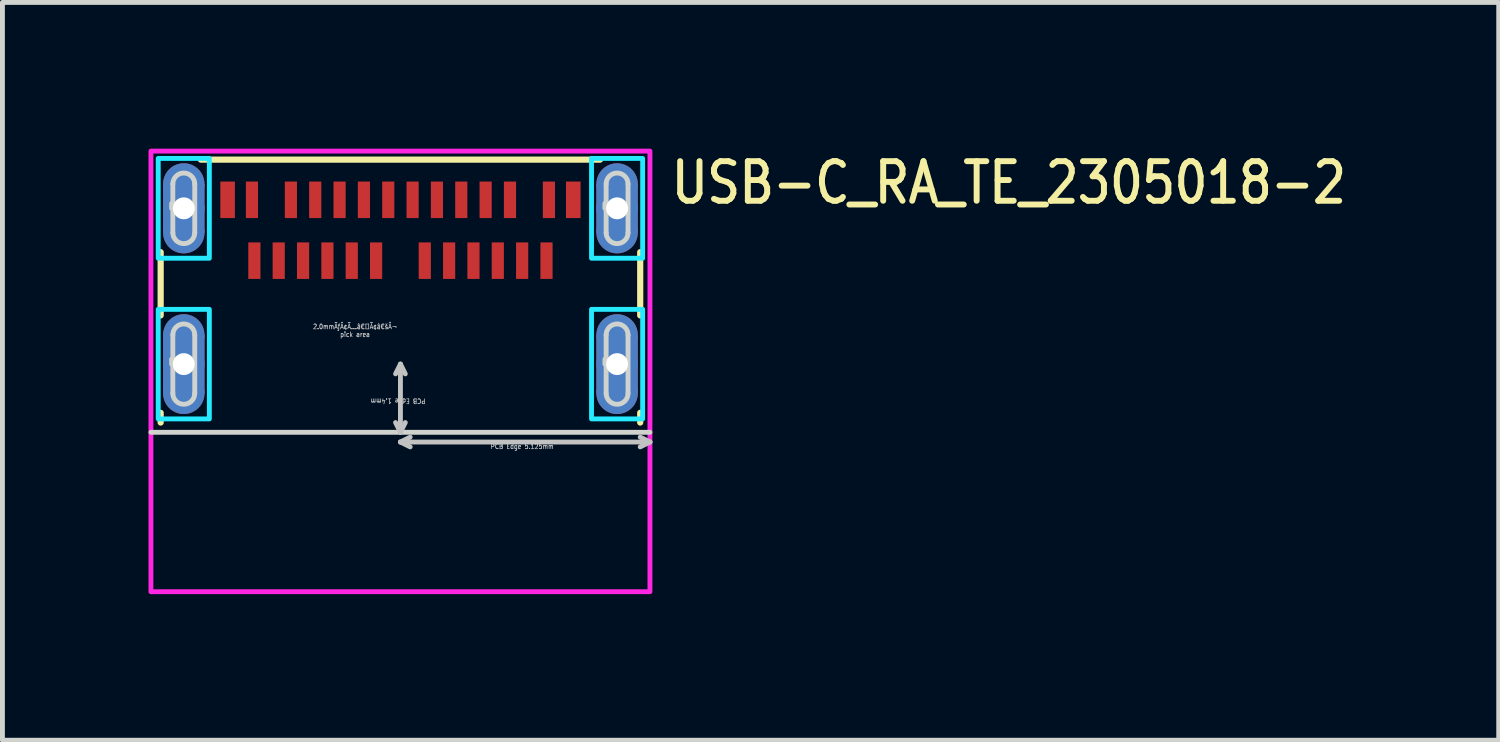
<source format=kicad_pcb>
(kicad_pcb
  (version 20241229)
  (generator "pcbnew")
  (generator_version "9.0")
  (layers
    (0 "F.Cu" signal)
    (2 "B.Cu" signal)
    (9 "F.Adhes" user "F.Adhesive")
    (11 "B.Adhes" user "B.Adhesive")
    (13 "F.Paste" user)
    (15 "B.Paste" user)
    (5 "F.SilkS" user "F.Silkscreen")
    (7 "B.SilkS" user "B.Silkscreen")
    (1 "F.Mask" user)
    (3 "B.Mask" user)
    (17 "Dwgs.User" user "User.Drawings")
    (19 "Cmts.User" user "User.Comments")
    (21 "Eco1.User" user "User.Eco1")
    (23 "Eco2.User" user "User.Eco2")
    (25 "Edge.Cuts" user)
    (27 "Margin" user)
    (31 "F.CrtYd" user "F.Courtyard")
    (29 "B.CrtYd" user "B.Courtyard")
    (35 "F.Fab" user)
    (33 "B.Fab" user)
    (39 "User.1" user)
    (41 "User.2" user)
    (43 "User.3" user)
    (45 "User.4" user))
  (footprint "USB-C_RA_TE_2305018-2"
    (layer "F.Cu")
    (at 5.175 4.429)
    (property "Reference" "USB-C_RA_TE_2305018-2" (at 5.5 -3.25 0) (unlocked yes) (layer "F.SilkS") (effects (font (size 0.813 0.695) (thickness 0.122)) (justify left bottom)))
    (fp_circle (center -4.45 -3.7) (end -4.875 -3.7) (stroke (width 0) (type solid)) (fill yes) (layer "F.Cu"))
    (fp_circle (center -4.45 -2.7) (end -4.025 -2.7) (stroke (width 0) (type solid)) (fill yes) (layer "F.Cu"))
    (fp_circle (center -4.45 -0.6) (end -4.875 -0.6) (stroke (width 0) (type solid)) (fill yes) (layer "F.Cu"))
    (fp_circle (center -4.45 0.6) (end -4.025 0.6) (stroke (width 0) (type solid)) (fill yes) (layer "F.Cu"))
    (fp_circle (center 4.45 -3.7) (end 4.025 -3.7) (stroke (width 0) (type solid)) (fill yes) (layer "F.Cu"))
    (fp_circle (center 4.45 -2.7) (end 4.875 -2.7) (stroke (width 0) (type solid)) (fill yes) (layer "F.Cu"))
    (fp_circle (center 4.45 -0.6) (end 4.025 -0.6) (stroke (width 0) (type solid)) (fill yes) (layer "F.Cu"))
    (fp_circle (center 4.45 0.6) (end 4.875 0.6) (stroke (width 0) (type solid)) (fill yes) (layer "F.Cu"))
    (fp_poly (pts (xy -4.875 -3.7) (xy -4.025 -3.7) (xy -4.025 -2.7) (xy -4.875 -2.7)) (stroke (width 0) (type solid)) (fill yes) (layer "F.Cu"))
    (fp_poly (pts (xy -4.875 -0.6) (xy -4.025 -0.6) (xy -4.025 0.6) (xy -4.875 0.6)) (stroke (width 0) (type solid)) (fill yes) (layer "F.Cu"))
    (fp_poly (pts (xy 4.025 -3.7) (xy 4.875 -3.7) (xy 4.875 -2.7) (xy 4.025 -2.7)) (stroke (width 0) (type solid)) (fill yes) (layer "F.Cu"))
    (fp_poly (pts (xy 4.025 -0.6) (xy 4.875 -0.6) (xy 4.875 0.6) (xy 4.025 0.6)) (stroke (width 0) (type solid)) (fill yes) (layer "F.Cu"))
    (fp_circle (center -4.45 -3.7) (end -4.975 -3.7) (stroke (width 0) (type solid)) (fill yes) (layer "F.Mask"))
    (fp_circle (center -4.45 -2.7) (end -3.925 -2.7) (stroke (width 0) (type solid)) (fill yes) (layer "F.Mask"))
    (fp_circle (center -4.45 -0.6) (end -4.975 -0.6) (stroke (width 0) (type solid)) (fill yes) (layer "F.Mask"))
    (fp_circle (center -4.45 0.6) (end -3.925 0.6) (stroke (width 0) (type solid)) (fill yes) (layer "F.Mask"))
    (fp_circle (center 4.45 -3.7) (end 3.925 -3.7) (stroke (width 0) (type solid)) (fill yes) (layer "F.Mask"))
    (fp_circle (center 4.45 -2.7) (end 4.975 -2.7) (stroke (width 0) (type solid)) (fill yes) (layer "F.Mask"))
    (fp_circle (center 4.45 -0.6) (end 3.925 -0.6) (stroke (width 0) (type solid)) (fill yes) (layer "F.Mask"))
    (fp_circle (center 4.45 0.6) (end 4.975 0.6) (stroke (width 0) (type solid)) (fill yes) (layer "F.Mask"))
    (fp_poly (pts (xy -4.975 -3.7) (xy -3.925 -3.7) (xy -3.925 -2.7) (xy -4.975 -2.7)) (stroke (width 0) (type solid)) (fill yes) (layer "F.Mask"))
    (fp_poly (pts (xy -4.975 -0.6) (xy -3.925 -0.6) (xy -3.925 0.6) (xy -4.975 0.6)) (stroke (width 0) (type solid)) (fill yes) (layer "F.Mask"))
    (fp_poly (pts (xy 3.925 -3.7) (xy 4.975 -3.7) (xy 4.975 -2.7) (xy 3.925 -2.7)) (stroke (width 0) (type solid)) (fill yes) (layer "F.Mask"))
    (fp_poly (pts (xy 3.925 -0.6) (xy 4.975 -0.6) (xy 4.975 0.6) (xy 3.925 0.6)) (stroke (width 0) (type solid)) (fill yes) (layer "F.Mask"))
    (fp_circle (center -4.45 -3.7) (end -4.875 -3.7) (stroke (width 0) (type solid)) (fill yes) (layer "B.Cu"))
    (fp_circle (center -4.45 -2.7) (end -4.025 -2.7) (stroke (width 0) (type solid)) (fill yes) (layer "B.Cu"))
    (fp_circle (center -4.45 -0.6) (end -4.875 -0.6) (stroke (width 0) (type solid)) (fill yes) (layer "B.Cu"))
    (fp_circle (center -4.45 0.6) (end -4.025 0.6) (stroke (width 0) (type solid)) (fill yes) (layer "B.Cu"))
    (fp_circle (center 4.45 -3.7) (end 4.025 -3.7) (stroke (width 0) (type solid)) (fill yes) (layer "B.Cu"))
    (fp_circle (center 4.45 -2.7) (end 4.875 -2.7) (stroke (width 0) (type solid)) (fill yes) (layer "B.Cu"))
    (fp_circle (center 4.45 -0.6) (end 4.025 -0.6) (stroke (width 0) (type solid)) (fill yes) (layer "B.Cu"))
    (fp_circle (center 4.45 0.6) (end 4.875 0.6) (stroke (width 0) (type solid)) (fill yes) (layer "B.Cu"))
    (fp_poly (pts (xy -4.875 -3.7) (xy -4.025 -3.7) (xy -4.025 -2.7) (xy -4.875 -2.7)) (stroke (width 0) (type solid)) (fill yes) (layer "B.Cu"))
    (fp_poly (pts (xy -4.875 -0.6) (xy -4.025 -0.6) (xy -4.025 0.6) (xy -4.875 0.6)) (stroke (width 0) (type solid)) (fill yes) (layer "B.Cu"))
    (fp_poly (pts (xy 4.025 -3.7) (xy 4.875 -3.7) (xy 4.875 -2.7) (xy 4.025 -2.7)) (stroke (width 0) (type solid)) (fill yes) (layer "B.Cu"))
    (fp_poly (pts (xy 4.025 -0.6) (xy 4.875 -0.6) (xy 4.875 0.6) (xy 4.025 0.6)) (stroke (width 0) (type solid)) (fill yes) (layer "B.Cu"))
    (fp_circle (center -4.45 -3.7) (end -4.975 -3.7) (stroke (width 0) (type solid)) (fill yes) (layer "B.Mask"))
    (fp_circle (center -4.45 -2.7) (end -3.925 -2.7) (stroke (width 0) (type solid)) (fill yes) (layer "B.Mask"))
    (fp_circle (center -4.45 -0.6) (end -4.975 -0.6) (stroke (width 0) (type solid)) (fill yes) (layer "B.Mask"))
    (fp_circle (center -4.45 0.6) (end -3.925 0.6) (stroke (width 0) (type solid)) (fill yes) (layer "B.Mask"))
    (fp_circle (center 4.45 -3.7) (end 3.925 -3.7) (stroke (width 0) (type solid)) (fill yes) (layer "B.Mask"))
    (fp_circle (center 4.45 -2.7) (end 4.975 -2.7) (stroke (width 0) (type solid)) (fill yes) (layer "B.Mask"))
    (fp_circle (center 4.45 -0.6) (end 3.925 -0.6) (stroke (width 0) (type solid)) (fill yes) (layer "B.Mask"))
    (fp_circle (center 4.45 0.6) (end 4.975 0.6) (stroke (width 0) (type solid)) (fill yes) (layer "B.Mask"))
    (fp_poly (pts (xy -4.975 -3.7) (xy -3.925 -3.7) (xy -3.925 -2.7) (xy -4.975 -2.7)) (stroke (width 0) (type solid)) (fill yes) (layer "B.Mask"))
    (fp_poly (pts (xy -4.975 -0.6) (xy -3.925 -0.6) (xy -3.925 0.6) (xy -4.975 0.6)) (stroke (width 0) (type solid)) (fill yes) (layer "B.Mask"))
    (fp_poly (pts (xy 3.925 -3.7) (xy 4.975 -3.7) (xy 4.975 -2.7) (xy 3.925 -2.7)) (stroke (width 0) (type solid)) (fill yes) (layer "B.Mask"))
    (fp_poly (pts (xy 3.925 -0.6) (xy 4.975 -0.6) (xy 4.975 0.6) (xy 3.925 0.6)) (stroke (width 0) (type solid)) (fill yes) (layer "B.Mask"))
    (fp_line (start -4.925 -1) (end -4.925 -2.3) (stroke (width 0.127) (type solid)) (layer "F.SilkS"))
    (fp_line (start -4.925 1.2) (end -4.925 1) (stroke (width 0.127) (type solid)) (layer "F.SilkS"))
    (fp_line (start -4.1 -4.2) (end 4.1 -4.2) (stroke (width 0.127) (type solid)) (layer "F.SilkS"))
    (fp_line (start 4.925 -2.3) (end 4.925 -1) (stroke (width 0.127) (type solid)) (layer "F.SilkS"))
    (fp_line (start 4.925 1) (end 4.925 1.2) (stroke (width 0.127) (type solid)) (layer "F.SilkS"))
    (fp_line (start 0 0) (end -0.1 0.2) (stroke (width 0.1) (type solid)) (layer "Dwgs.User"))
    (fp_line (start 0 0) (end 0 1.4) (stroke (width 0.1) (type solid)) (layer "Dwgs.User"))
    (fp_line (start 0 0) (end 0.1 0.2) (stroke (width 0.1) (type solid)) (layer "Dwgs.User"))
    (fp_line (start 0 1.4) (end -0.1 1.2) (stroke (width 0.1) (type solid)) (layer "Dwgs.User"))
    (fp_line (start 0 1.4) (end 0.1 1.2) (stroke (width 0.1) (type solid)) (layer "Dwgs.User"))
    (fp_line (start 0 1.6) (end 0.2 1.5) (stroke (width 0.1) (type solid)) (layer "Dwgs.User"))
    (fp_line (start 0 1.6) (end 0.2 1.7) (stroke (width 0.1) (type solid)) (layer "Dwgs.User"))
    (fp_line (start 0 1.6) (end 5.125 1.6) (stroke (width 0.1) (type solid)) (layer "Dwgs.User"))
    (fp_line (start 5.125 1.6) (end 4.925 1.5) (stroke (width 0.1) (type solid)) (layer "Dwgs.User"))
    (fp_line (start 5.125 1.6) (end 4.925 1.7) (stroke (width 0.1) (type solid)) (layer "Dwgs.User"))
    (fp_circle (center 0 0.25) (end 1 0.25) (stroke (width 0.0001) (type solid)) (fill no) (layer "Dwgs.User"))
    (fp_line (start -5.125 1.4) (end 5.125 1.4) (stroke (width 0.1) (type solid)) (layer "Edge.Cuts"))
    (fp_line (start -4.7 -3.2) (end -4.7 -3.3) (stroke (width 0.1) (type solid)) (layer "Edge.Cuts"))
    (fp_line (start -4.7 0) (end -4.7 -0.1) (stroke (width 0.1) (type solid)) (layer "Edge.Cuts"))
    (fp_line (start -4.675 -3.7) (end -4.675 -2.7) (stroke (width 0.1) (type solid)) (layer "Edge.Cuts"))
    (fp_line (start -4.675 -0.6) (end -4.675 0.6) (stroke (width 0.1) (type solid)) (layer "Edge.Cuts"))
    (fp_line (start -4.225 -3.7) (end -4.225 -2.7) (stroke (width 0.1) (type solid)) (layer "Edge.Cuts"))
    (fp_line (start -4.225 -0.6) (end -4.225 0.6) (stroke (width 0.1) (type solid)) (layer "Edge.Cuts"))
    (fp_line (start 4.2 -3.2) (end 4.2 -3.3) (stroke (width 0.1) (type solid)) (layer "Edge.Cuts"))
    (fp_line (start 4.2 0) (end 4.2 -0.1) (stroke (width 0.1) (type solid)) (layer "Edge.Cuts"))
    (fp_line (start 4.225 -3.7) (end 4.225 -2.7) (stroke (width 0.1) (type solid)) (layer "Edge.Cuts"))
    (fp_line (start 4.225 -0.6) (end 4.225 0.6) (stroke (width 0.1) (type solid)) (layer "Edge.Cuts"))
    (fp_line (start 4.675 -3.7) (end 4.675 -2.7) (stroke (width 0.1) (type solid)) (layer "Edge.Cuts"))
    (fp_line (start 4.675 -0.6) (end 4.675 0.6) (stroke (width 0.1) (type solid)) (layer "Edge.Cuts"))
    (fp_arc (start -4.675 -3.7) (mid -4.45 -3.925) (end -4.225 -3.7) (stroke (width 0.1) (type solid)) (layer "Edge.Cuts"))
    (fp_arc (start -4.675 -0.6) (mid -4.45 -0.825) (end -4.225 -0.6) (stroke (width 0.1) (type solid)) (layer "Edge.Cuts"))
    (fp_arc (start -4.225 -2.7) (mid -4.45 -2.475) (end -4.675 -2.7) (stroke (width 0.1) (type solid)) (layer "Edge.Cuts"))
    (fp_arc (start -4.225 0.6) (mid -4.45 0.825) (end -4.675 0.6) (stroke (width 0.1) (type solid)) (layer "Edge.Cuts"))
    (fp_arc (start 4.225 -3.7) (mid 4.45 -3.925) (end 4.675 -3.7) (stroke (width 0.1) (type solid)) (layer "Edge.Cuts"))
    (fp_arc (start 4.225 -0.6) (mid 4.45 -0.825) (end 4.675 -0.6) (stroke (width 0.1) (type solid)) (layer "Edge.Cuts"))
    (fp_arc (start 4.675 -2.7) (mid 4.45 -2.475) (end 4.225 -2.7) (stroke (width 0.1) (type solid)) (layer "Edge.Cuts"))
    (fp_arc (start 4.675 0.6) (mid 4.45 0.825) (end 4.225 0.6) (stroke (width 0.1) (type solid)) (layer "Edge.Cuts"))
    (fp_poly (pts (xy -4.975 -4.225) (xy -3.925 -4.225) (xy -3.925 -2.175) (xy -4.975 -2.175)) (stroke (width 0.1) (type solid)) (fill no) (layer "B.CrtYd"))
    (fp_poly (pts (xy -4.975 -1.125) (xy -3.925 -1.125) (xy -3.925 1.125) (xy -4.975 1.125)) (stroke (width 0.1) (type solid)) (fill no) (layer "B.CrtYd"))
    (fp_poly (pts (xy 3.925 -4.225) (xy 4.975 -4.225) (xy 4.975 -2.175) (xy 3.925 -2.175)) (stroke (width 0.1) (type solid)) (fill no) (layer "B.CrtYd"))
    (fp_poly (pts (xy 3.925 -1.125) (xy 4.975 -1.125) (xy 4.975 1.125) (xy 3.925 1.125)) (stroke (width 0.1) (type solid)) (fill no) (layer "B.CrtYd"))
    (fp_poly (pts (xy -5.125 -4.375) (xy 5.125 -4.375) (xy 5.125 4.675) (xy -5.125 4.675)) (stroke (width 0.1) (type solid)) (fill no) (layer "F.CrtYd"))
    (fp_text user "PCB Edge 5.125mm" (at 2.5 1.75 0) (unlocked yes) (layer "Dwgs.User") (effects (font (size 0.1 0.086) (thickness 0.015)) (justify bottom)))
    (fp_text user "PCB Edge 1.4mm" (at -0.05 0.7 180) (unlocked yes) (layer "Dwgs.User") (effects (font (size 0.1 0.086) (thickness 0.015)) (justify bottom)))
    (fp_text user "2.0mmÃƒÂ¢Ã…â€™Ã¢â€šÂ¬ \npick area " (at -0.9 -0.55 0) (unlocked yes) (layer "Dwgs.User") (effects (font (size 0.1 0.086) (thickness 0.015)) (justify bottom)))
    (pad "A_1" smd rect (at -3.05 -3.375) (size 0.25 0.75) (layers "F.Cu" "F.Mask" "F.Paste"))
    (pad "A_2" smd rect (at -2.25 -3.375) (size 0.25 0.75) (layers "F.Cu" "F.Mask" "F.Paste"))
    (pad "A_3" smd rect (at -1.75 -3.375) (size 0.25 0.75) (layers "F.Cu" "F.Mask" "F.Paste"))
    (pad "A_4" smd rect (at -1.25 -3.375) (size 0.25 0.75) (layers "F.Cu" "F.Mask" "F.Paste"))
    (pad "A_5" smd rect (at -0.75 -3.375) (size 0.25 0.75) (layers "F.Cu" "F.Mask" "F.Paste"))
    (pad "A_6" smd rect (at -0.25 -3.375) (size 0.25 0.75) (layers "F.Cu" "F.Mask" "F.Paste"))
    (pad "A_7" smd rect (at 0.25 -3.375) (size 0.25 0.75) (layers "F.Cu" "F.Mask" "F.Paste"))
    (pad "A_8" smd rect (at 0.75 -3.375) (size 0.25 0.75) (layers "F.Cu" "F.Mask" "F.Paste"))
    (pad "A_9" smd rect (at 1.25 -3.375) (size 0.25 0.75) (layers "F.Cu" "F.Mask" "F.Paste"))
    (pad "A_10" smd rect (at 1.75 -3.375) (size 0.25 0.75) (layers "F.Cu" "F.Mask" "F.Paste"))
    (pad "A_11" smd rect (at 2.25 -3.375) (size 0.25 0.75) (layers "F.Cu" "F.Mask" "F.Paste"))
    (pad "A_12" smd rect (at 3.05 -3.375) (size 0.25 0.75) (layers "F.Cu" "F.Mask" "F.Paste"))
    (pad "B_1" smd rect (at 3 -2.125) (size 0.25 0.75) (layers "F.Cu" "F.Mask" "F.Paste"))
    (pad "B_2" smd rect (at 2.5 -2.125) (size 0.25 0.75) (layers "F.Cu" "F.Mask" "F.Paste"))
    (pad "B_3" smd rect (at 2 -2.125) (size 0.25 0.75) (layers "F.Cu" "F.Mask" "F.Paste"))
    (pad "B_4" smd rect (at 1.5 -2.125) (size 0.25 0.75) (layers "F.Cu" "F.Mask" "F.Paste"))
    (pad "B_5" smd rect (at 1 -2.125) (size 0.25 0.75) (layers "F.Cu" "F.Mask" "F.Paste"))
    (pad "B_6" smd rect (at 0.5 -2.125) (size 0.25 0.75) (layers "F.Cu" "F.Mask" "F.Paste"))
    (pad "B_7" smd rect (at -0.5 -2.125) (size 0.25 0.75) (layers "F.Cu" "F.Mask" "F.Paste"))
    (pad "B_8" smd rect (at -1 -2.125) (size 0.25 0.75) (layers "F.Cu" "F.Mask" "F.Paste"))
    (pad "B_9" smd rect (at -1.5 -2.125) (size 0.25 0.75) (layers "F.Cu" "F.Mask" "F.Paste"))
    (pad "B_10" smd rect (at -2 -2.125) (size 0.25 0.75) (layers "F.Cu" "F.Mask" "F.Paste"))
    (pad "B_11" smd rect (at -2.5 -2.125) (size 0.25 0.75) (layers "F.Cu" "F.Mask" "F.Paste"))
    (pad "B_12" smd rect (at -3 -2.125) (size 0.25 0.75) (layers "F.Cu" "F.Mask" "F.Paste"))
    (pad "G_1" smd rect (at -3.55 -3.375) (size 0.3 0.75) (layers "F.Cu" "F.Mask" "F.Paste"))
    (pad "G_2" smd rect (at 3.55 -3.375) (size 0.3 0.75) (layers "F.Cu" "F.Mask" "F.Paste"))
    (pad "S_1" thru_hole oval (at -4.45 0) (size 0.85 0.85) (drill 0.45) (layers "*.Cu" "*.Mask"))
    (pad "S_2" thru_hole oval (at 4.45 0) (size 0.85 0.85) (drill 0.45) (layers "*.Cu" "*.Mask"))
    (pad "S_3" thru_hole oval (at -4.45 -3.2) (size 0.85 0.85) (drill 0.45) (layers "*.Cu" "*.Mask"))
    (pad "S_4" thru_hole oval (at 4.45 -3.2) (size 0.85 0.85) (drill 0.45) (layers "*.Cu" "*.Mask")))
  (gr_rect
    (start -3 -3)
    (end 27.734 12.154)
    (stroke (width 0.1) (type default))
    (fill no)
    (layer "Edge.Cuts")))
</source>
